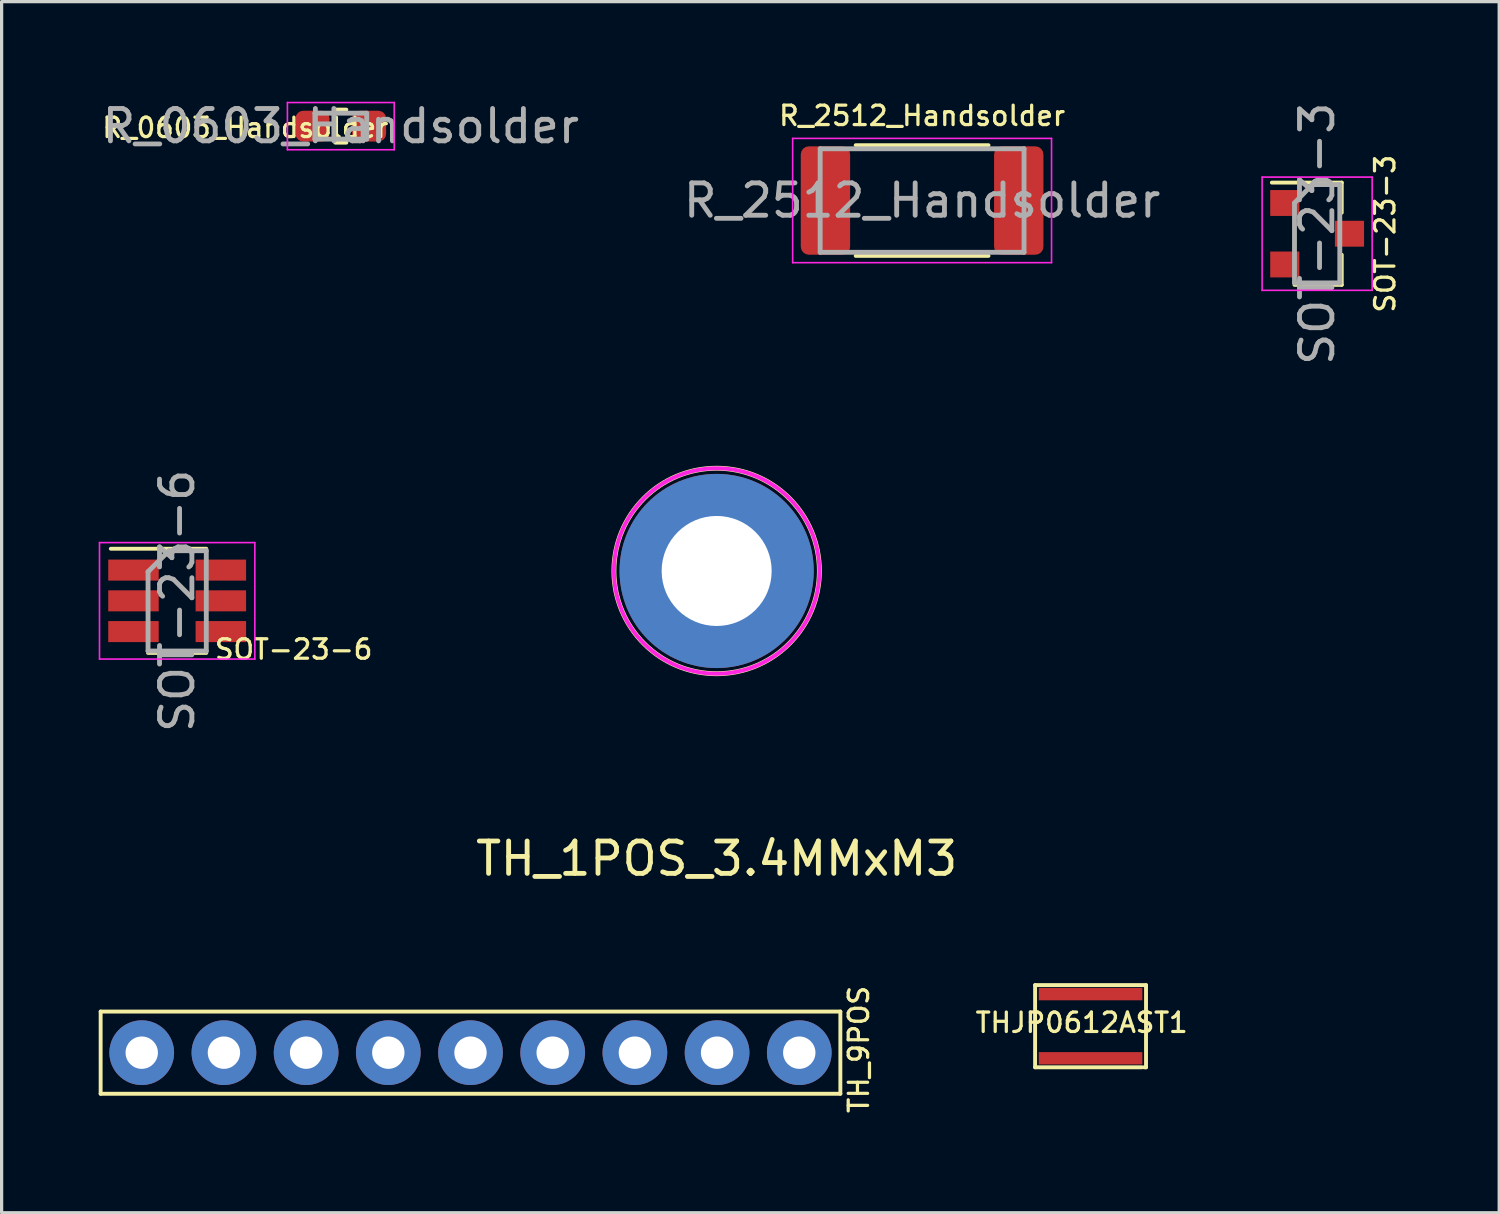
<source format=kicad_pcb>
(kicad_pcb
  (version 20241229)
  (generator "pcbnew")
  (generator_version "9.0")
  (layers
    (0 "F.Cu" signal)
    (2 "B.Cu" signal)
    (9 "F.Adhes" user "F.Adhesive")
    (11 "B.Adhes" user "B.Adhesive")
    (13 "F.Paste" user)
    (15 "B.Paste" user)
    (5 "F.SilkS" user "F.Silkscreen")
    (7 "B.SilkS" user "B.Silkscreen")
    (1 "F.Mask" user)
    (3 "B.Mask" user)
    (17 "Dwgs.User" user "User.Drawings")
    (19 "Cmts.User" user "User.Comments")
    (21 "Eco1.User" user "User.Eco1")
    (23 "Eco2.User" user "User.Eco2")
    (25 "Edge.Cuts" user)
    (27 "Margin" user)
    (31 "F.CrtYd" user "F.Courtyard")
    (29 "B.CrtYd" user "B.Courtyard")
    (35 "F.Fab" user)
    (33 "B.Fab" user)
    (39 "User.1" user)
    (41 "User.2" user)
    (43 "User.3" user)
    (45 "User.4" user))
  (footprint "SOT-23-3"
    (layer "F.Cu")
    (at 37.654 4.173)
    (property "Reference" "SOT-23-3" (at 2.1 0 90) (layer "F.SilkS") (effects (font (size 0.6 0.6) (thickness 0.1))))
    (attr smd)
    (fp_line (start 0.76 -1.58) (end -1.4 -1.58) (stroke (width 0.12) (type solid)) (layer "F.SilkS"))
    (fp_line (start 0.76 -1.58) (end 0.76 -0.65) (stroke (width 0.12) (type solid)) (layer "F.SilkS"))
    (fp_line (start 0.76 1.58) (end -0.7 1.58) (stroke (width 0.12) (type solid)) (layer "F.SilkS"))
    (fp_line (start 0.76 1.58) (end 0.76 0.65) (stroke (width 0.12) (type solid)) (layer "F.SilkS"))
    (fp_line (start -1.7 -1.75) (end 1.7 -1.75) (stroke (width 0.05) (type solid)) (layer "F.CrtYd"))
    (fp_line (start -1.7 1.75) (end -1.7 -1.75) (stroke (width 0.05) (type solid)) (layer "F.CrtYd"))
    (fp_line (start 1.7 -1.75) (end 1.7 1.75) (stroke (width 0.05) (type solid)) (layer "F.CrtYd"))
    (fp_line (start 1.7 1.75) (end -1.7 1.75) (stroke (width 0.05) (type solid)) (layer "F.CrtYd"))
    (fp_line (start -0.7 -0.95) (end -0.7 1.5) (stroke (width 0.15) (type solid)) (layer "F.Fab"))
    (fp_line (start -0.7 -0.95) (end -0.15 -1.52) (stroke (width 0.15) (type solid)) (layer "F.Fab"))
    (fp_line (start -0.7 1.52) (end 0.7 1.52) (stroke (width 0.15) (type solid)) (layer "F.Fab"))
    (fp_line (start -0.15 -1.52) (end 0.7 -1.52) (stroke (width 0.15) (type solid)) (layer "F.Fab"))
    (fp_line (start 0.7 -1.52) (end 0.7 1.52) (stroke (width 0.15) (type solid)) (layer "F.Fab"))
    (fp_text user "${REFERENCE}" (at 0 0 90) (layer "F.Fab") (effects (font (size 1 1) (thickness 0.15))))
    (pad "1" smd rect (at -1 -0.95) (size 0.9 0.8) (layers "F.Cu" "F.Mask" "F.Paste"))
    (pad "2" smd rect (at -1 0.95) (size 0.9 0.8) (layers "F.Cu" "F.Mask" "F.Paste"))
    (pad "3" smd rect (at 1 0) (size 0.9 0.8) (layers "F.Cu" "F.Mask" "F.Paste")))
  (footprint "R_0603_Handsolder"
    (layer "F.Cu")
    (at 7.482 0.848)
    (property "Reference" "R_0603_Handsolder" (at -2.95 0.05 0) (layer "F.SilkS") (effects (font (size 0.6 0.6) (thickness 0.1))))
    (attr smd)
    (fp_line (start -0.171 -0.51) (end 0.171 -0.51) (stroke (width 0.12) (type solid)) (layer "F.SilkS"))
    (fp_line (start -0.171 0.51) (end 0.171 0.51) (stroke (width 0.12) (type solid)) (layer "F.SilkS"))
    (fp_line (start -1.65 -0.73) (end 1.65 -0.73) (stroke (width 0.05) (type solid)) (layer "F.CrtYd"))
    (fp_line (start -1.65 0.73) (end -1.65 -0.73) (stroke (width 0.05) (type solid)) (layer "F.CrtYd"))
    (fp_line (start 1.65 -0.73) (end 1.65 0.73) (stroke (width 0.05) (type solid)) (layer "F.CrtYd"))
    (fp_line (start 1.65 0.73) (end -1.65 0.73) (stroke (width 0.05) (type solid)) (layer "F.CrtYd"))
    (fp_line (start -0.8 -0.4) (end 0.8 -0.4) (stroke (width 0.15) (type solid)) (layer "F.Fab"))
    (fp_line (start -0.8 0.4) (end -0.8 -0.4) (stroke (width 0.15) (type solid)) (layer "F.Fab"))
    (fp_line (start 0.8 -0.4) (end 0.8 0.4) (stroke (width 0.15) (type solid)) (layer "F.Fab"))
    (fp_line (start 0.8 0.4) (end -0.8 0.4) (stroke (width 0.15) (type solid)) (layer "F.Fab"))
    (fp_text user "${REFERENCE}" (at 0 0 0) (layer "F.Fab") (effects (font (size 1 1) (thickness 0.15))))
    (pad "1" smd roundrect (at -0.875 0) (size 1.05 0.95) (layers "F.Cu" "F.Mask" "F.Paste") (roundrect_rratio 0.25))
    (pad "2" smd roundrect (at 0.875 0) (size 1.05 0.95) (layers "F.Cu" "F.Mask" "F.Paste") (roundrect_rratio 0.25)))
  (footprint "SOT-23-6"
    (layer "F.Cu")
    (at 2.425 15.518)
    (property "Reference" "SOT-23-6" (at 3.6 1.5 0) (layer "F.SilkS") (effects (font (size 0.6 0.6) (thickness 0.1))))
    (attr smd)
    (fp_line (start -0.9 1.61) (end 0.9 1.61) (stroke (width 0.12) (type solid)) (layer "F.SilkS"))
    (fp_line (start 0.9 -1.61) (end -2.05 -1.61) (stroke (width 0.12) (type solid)) (layer "F.SilkS"))
    (fp_line (start -2.4 -1.8) (end 2.4 -1.8) (stroke (width 0.05) (type solid)) (layer "F.CrtYd"))
    (fp_line (start -2.4 1.8) (end -2.4 -1.8) (stroke (width 0.05) (type solid)) (layer "F.CrtYd"))
    (fp_line (start 2.4 -1.8) (end 2.4 1.8) (stroke (width 0.05) (type solid)) (layer "F.CrtYd"))
    (fp_line (start 2.4 1.8) (end -2.4 1.8) (stroke (width 0.05) (type solid)) (layer "F.CrtYd"))
    (fp_line (start -0.9 -0.9) (end -0.9 1.55) (stroke (width 0.15) (type solid)) (layer "F.Fab"))
    (fp_line (start -0.9 -0.9) (end -0.25 -1.55) (stroke (width 0.15) (type solid)) (layer "F.Fab"))
    (fp_line (start 0.9 -1.55) (end -0.25 -1.55) (stroke (width 0.15) (type solid)) (layer "F.Fab"))
    (fp_line (start 0.9 -1.55) (end 0.9 1.55) (stroke (width 0.15) (type solid)) (layer "F.Fab"))
    (fp_line (start 0.9 1.55) (end -0.9 1.55) (stroke (width 0.15) (type solid)) (layer "F.Fab"))
    (fp_text user "${REFERENCE}" (at 0 0 90) (layer "F.Fab") (effects (font (size 1 1) (thickness 0.15))))
    (pad "1" smd rect (at -1.35 -0.95) (size 1.56 0.65) (layers "F.Cu" "F.Mask" "F.Paste"))
    (pad "2" smd rect (at -1.35 0) (size 1.56 0.65) (layers "F.Cu" "F.Mask" "F.Paste"))
    (pad "3" smd rect (at -1.35 0.95) (size 1.56 0.65) (layers "F.Cu" "F.Mask" "F.Paste"))
    (pad "4" smd rect (at 1.35 0.95) (size 1.56 0.65) (layers "F.Cu" "F.Mask" "F.Paste"))
    (pad "5" smd rect (at 1.35 0) (size 1.56 0.65) (layers "F.Cu" "F.Mask" "F.Paste"))
    (pad "6" smd rect (at 1.35 -0.95) (size 1.56 0.65) (layers "F.Cu" "F.Mask" "F.Paste")))
  (footprint "TH_9POS"
    (layer "F.Cu")
    (at 11.49 29.481)
    (property "Reference" "TH_9POS" (at 12 -0.1 270) (layer "F.SilkS") (effects (font (size 0.6 0.6) (thickness 0.1))))
    (attr through_hole)
    (fp_line (start -11.43 -1.27) (end 11.43 -1.27) (stroke (width 0.12) (type solid)) (layer "F.SilkS"))
    (fp_line (start -11.43 1.27) (end -11.43 -1.27) (stroke (width 0.12) (type solid)) (layer "F.SilkS"))
    (fp_line (start 11.43 -1.27) (end 11.43 1.27) (stroke (width 0.12) (type solid)) (layer "F.SilkS"))
    (fp_line (start 11.43 1.27) (end -11.43 1.27) (stroke (width 0.12) (type solid)) (layer "F.SilkS"))
    (pad "1" thru_hole circle (at -10.16 0) (size 2 2) (drill 1) (layers "*.Cu" "*.Mask"))
    (pad "2" thru_hole circle (at -7.62 0) (size 2 2) (drill 1) (layers "*.Cu" "*.Mask"))
    (pad "3" thru_hole circle (at -5.08 0) (size 2 2) (drill 1) (layers "*.Cu" "*.Mask"))
    (pad "4" thru_hole circle (at -2.54 0) (size 2 2) (drill 1) (layers "*.Cu" "*.Mask"))
    (pad "5" thru_hole circle (at 0 0) (size 2 2) (drill 1) (layers "*.Cu" "*.Mask"))
    (pad "6" thru_hole circle (at 2.54 0) (size 2 2) (drill 1) (layers "*.Cu" "*.Mask"))
    (pad "7" thru_hole circle (at 5.08 0) (size 2 2) (drill 1) (layers "*.Cu" "*.Mask"))
    (pad "8" thru_hole circle (at 7.62 0) (size 2 2) (drill 1) (layers "*.Cu" "*.Mask"))
    (pad "9" thru_hole circle (at 10.16 0) (size 2 2) (drill 1) (layers "*.Cu" "*.Mask")))
  (footprint "THJP0612AST1"
    (layer "F.Cu")
    (at 30.652 28.663)
    (property "Reference" "THJP0612AST1" (at -0.275 -0.11 180) (layer "F.SilkS") (effects (font (size 0.6 0.6) (thickness 0.1))))
    (attr through_hole)
    (fp_line (start -1.714 -1.27) (end -1.714 1.27) (stroke (width 0.12) (type solid)) (layer "F.SilkS"))
    (fp_line (start -1.714 1.27) (end 1.587 1.27) (stroke (width 0.12) (type solid)) (layer "F.SilkS"))
    (fp_line (start 1.651 1.27) (end 1.714 1.27) (stroke (width 0.12) (type solid)) (layer "F.SilkS"))
    (fp_line (start 1.714 -1.27) (end -1.714 -1.27) (stroke (width 0.12) (type solid)) (layer "F.SilkS"))
    (fp_line (start 1.714 1.27) (end 1.714 -1.27) (stroke (width 0.12) (type solid)) (layer "F.SilkS"))
    (pad "1" smd rect (at 0 -0.991 90) (size 0.381 3.2) (layers "F.Cu" "F.Mask" "F.Paste"))
    (pad "2" smd rect (at 0 0.991 90) (size 0.381 3.2) (layers "F.Cu" "F.Mask" "F.Paste")))
  (footprint "TH_1POS_3.4MMxM3"
    (layer "F.Cu")
    (at 19.097 14.595)
    (property "Reference" "TH_1POS_3.4MMxM3" (at 0 8.89 0) (layer "F.SilkS") (effects (font (size 1 1) (thickness 0.15))))
    (attr through_hole)
    (fp_circle (center 0 0) (end 0 -3.175) (stroke (width 0.15) (type solid)) (fill no) (layer "F.SilkS"))
    (fp_circle (center 0 0) (end 0 -3.175) (stroke (width 0.12) (type solid)) (fill no) (layer "F.CrtYd"))
    (pad "1" thru_hole circle (at 0 0) (size 6 6) (drill 3.4) (layers "*.Cu" "*.Mask")))
  (footprint "R_2512_Handsolder"
    (layer "F.Cu")
    (at 25.446 3.147)
    (property "Reference" "R_2512_Handsolder" (at 0 -2.62 180) (layer "F.SilkS") (effects (font (size 0.6 0.6) (thickness 0.1))))
    (attr smd)
    (fp_line (start -2.052 -1.71) (end 2.052 -1.71) (stroke (width 0.12) (type solid)) (layer "F.SilkS"))
    (fp_line (start -2.052 1.71) (end 2.052 1.71) (stroke (width 0.12) (type solid)) (layer "F.SilkS"))
    (fp_line (start -4 -1.92) (end 4 -1.92) (stroke (width 0.05) (type solid)) (layer "F.CrtYd"))
    (fp_line (start -4 1.92) (end -4 -1.92) (stroke (width 0.05) (type solid)) (layer "F.CrtYd"))
    (fp_line (start 4 -1.92) (end 4 1.92) (stroke (width 0.05) (type solid)) (layer "F.CrtYd"))
    (fp_line (start 4 1.92) (end -4 1.92) (stroke (width 0.05) (type solid)) (layer "F.CrtYd"))
    (fp_line (start -3.15 -1.6) (end 3.15 -1.6) (stroke (width 0.15) (type solid)) (layer "F.Fab"))
    (fp_line (start -3.15 1.6) (end -3.15 -1.6) (stroke (width 0.15) (type solid)) (layer "F.Fab"))
    (fp_line (start 3.15 -1.6) (end 3.15 1.6) (stroke (width 0.15) (type solid)) (layer "F.Fab"))
    (fp_line (start 3.15 1.6) (end -3.15 1.6) (stroke (width 0.15) (type solid)) (layer "F.Fab"))
    (fp_text user "${REFERENCE}" (at 0 0 180) (layer "F.Fab") (effects (font (size 1 1) (thickness 0.15))))
    (pad "1" smd roundrect (at -2.987 0) (size 1.525 3.35) (layers "F.Cu" "F.Mask" "F.Paste") (roundrect_rratio 0.164))
    (pad "2" smd roundrect (at 2.987 0) (size 1.525 3.35) (layers "F.Cu" "F.Mask" "F.Paste") (roundrect_rratio 0.164)))
  (gr_rect
    (start -3 -3)
    (end 43.28 34.428)
    (stroke (width 0.1) (type default))
    (fill no)
    (layer "Edge.Cuts")))
</source>
